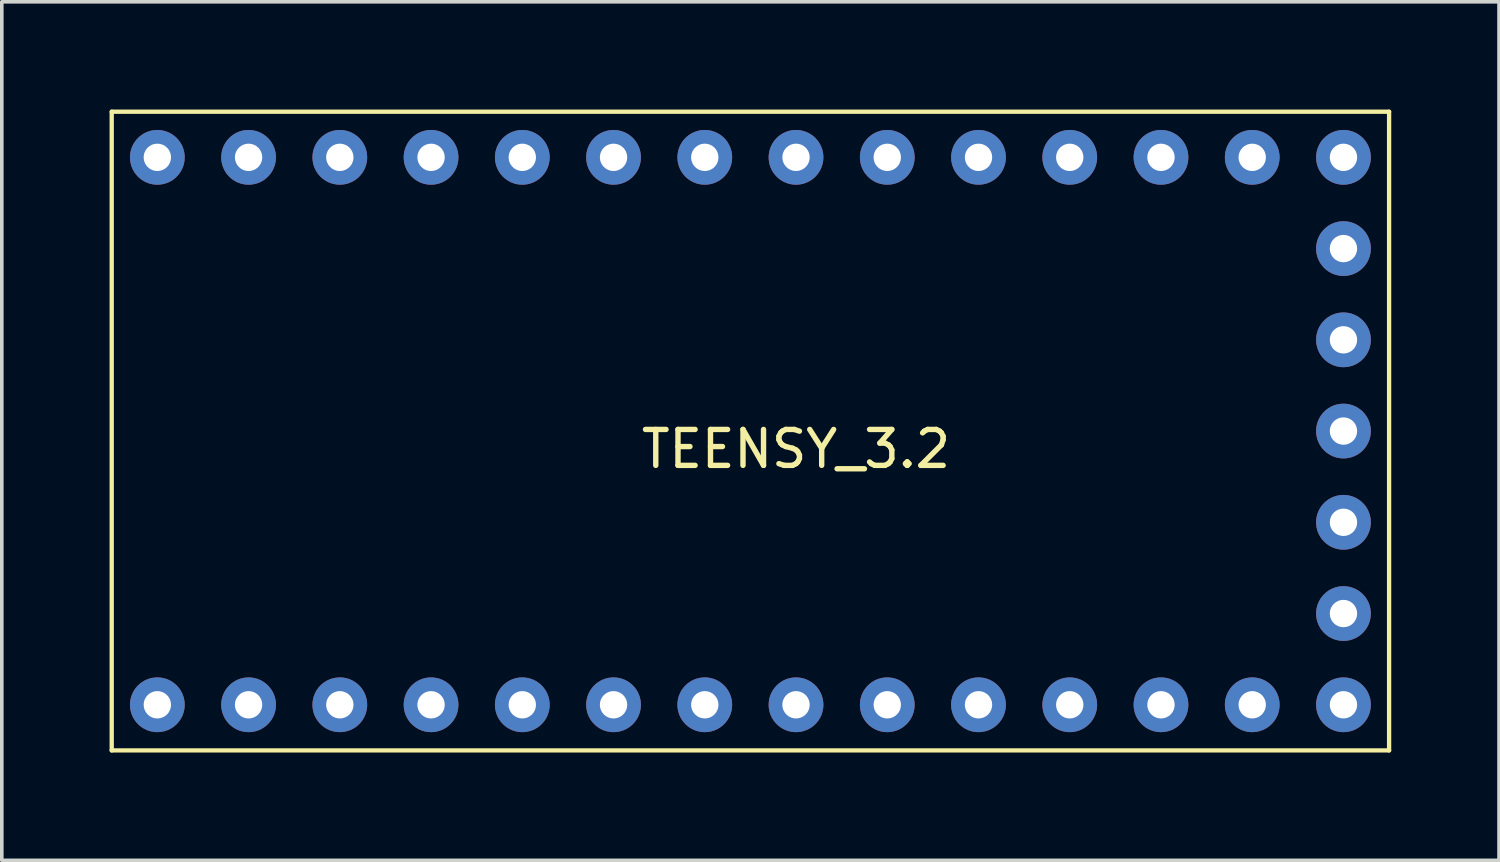
<source format=kicad_pcb>
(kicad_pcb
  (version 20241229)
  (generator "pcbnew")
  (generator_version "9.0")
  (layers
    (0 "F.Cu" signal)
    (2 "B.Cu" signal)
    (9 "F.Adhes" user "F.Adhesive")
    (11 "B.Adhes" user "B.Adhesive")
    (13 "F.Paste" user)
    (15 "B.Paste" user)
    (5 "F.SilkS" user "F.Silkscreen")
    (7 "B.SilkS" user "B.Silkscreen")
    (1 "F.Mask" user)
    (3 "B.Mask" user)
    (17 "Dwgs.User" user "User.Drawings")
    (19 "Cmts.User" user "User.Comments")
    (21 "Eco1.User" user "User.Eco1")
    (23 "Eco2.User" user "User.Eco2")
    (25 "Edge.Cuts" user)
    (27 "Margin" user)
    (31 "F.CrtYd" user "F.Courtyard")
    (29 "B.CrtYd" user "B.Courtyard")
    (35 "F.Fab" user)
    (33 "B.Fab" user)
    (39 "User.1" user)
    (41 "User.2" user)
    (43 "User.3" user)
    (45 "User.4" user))
  (footprint "TEENSY_3.2"
    (layer "F.Cu")
    (at 19.11 8.95)
    (property "Reference" "TEENSY_3.2" (at 0 0.5 0) (layer "F.SilkS") (effects (font (size 1 1) (thickness 0.15))))
    (attr through_hole)
    (fp_line (start -19.05 -8.89) (end 16.51 -8.89) (stroke (width 0.12) (type solid)) (layer "F.SilkS"))
    (fp_line (start -19.05 8.89) (end -19.05 -8.89) (stroke (width 0.12) (type solid)) (layer "F.SilkS"))
    (fp_line (start 16.51 -8.89) (end 16.51 8.89) (stroke (width 0.12) (type solid)) (layer "F.SilkS"))
    (fp_line (start 16.51 8.89) (end -19.05 8.89) (stroke (width 0.12) (type solid)) (layer "F.SilkS"))
    (pad "1" thru_hole circle (at -17.78 7.62) (size 1.524 1.524) (drill 0.762) (layers "*.Cu" "*.Mask"))
    (pad "2" thru_hole circle (at -15.24 7.62) (size 1.524 1.524) (drill 0.762) (layers "*.Cu" "*.Mask"))
    (pad "3" thru_hole circle (at -12.7 7.62) (size 1.524 1.524) (drill 0.762) (layers "*.Cu" "*.Mask"))
    (pad "4" thru_hole circle (at -10.16 7.62) (size 1.524 1.524) (drill 0.762) (layers "*.Cu" "*.Mask"))
    (pad "5" thru_hole circle (at -7.62 7.62) (size 1.524 1.524) (drill 0.762) (layers "*.Cu" "*.Mask"))
    (pad "6" thru_hole circle (at -5.08 7.62) (size 1.524 1.524) (drill 0.762) (layers "*.Cu" "*.Mask"))
    (pad "7" thru_hole circle (at -2.54 7.62) (size 1.524 1.524) (drill 0.762) (layers "*.Cu" "*.Mask"))
    (pad "8" thru_hole circle (at 0 7.62) (size 1.524 1.524) (drill 0.762) (layers "*.Cu" "*.Mask"))
    (pad "9" thru_hole circle (at 2.54 7.62) (size 1.524 1.524) (drill 0.762) (layers "*.Cu" "*.Mask"))
    (pad "10" thru_hole circle (at 5.08 7.62) (size 1.524 1.524) (drill 0.762) (layers "*.Cu" "*.Mask"))
    (pad "11" thru_hole circle (at 7.62 7.62) (size 1.524 1.524) (drill 0.762) (layers "*.Cu" "*.Mask"))
    (pad "12" thru_hole circle (at 10.16 7.62) (size 1.524 1.524) (drill 0.762) (layers "*.Cu" "*.Mask"))
    (pad "13" thru_hole circle (at 12.7 7.62) (size 1.524 1.524) (drill 0.762) (layers "*.Cu" "*.Mask"))
    (pad "14" thru_hole circle (at 15.24 7.62) (size 1.524 1.524) (drill 0.762) (layers "*.Cu" "*.Mask"))
    (pad "15" thru_hole circle (at 15.24 5.08) (size 1.524 1.524) (drill 0.762) (layers "*.Cu" "*.Mask"))
    (pad "16" thru_hole circle (at 15.24 2.54) (size 1.524 1.524) (drill 0.762) (layers "*.Cu" "*.Mask"))
    (pad "17" thru_hole circle (at 15.24 0) (size 1.524 1.524) (drill 0.762) (layers "*.Cu" "*.Mask"))
    (pad "18" thru_hole circle (at 15.24 -2.54) (size 1.524 1.524) (drill 0.762) (layers "*.Cu" "*.Mask"))
    (pad "19" thru_hole circle (at 15.24 -5.08) (size 1.524 1.524) (drill 0.762) (layers "*.Cu" "*.Mask"))
    (pad "20" thru_hole circle (at 15.24 -7.62) (size 1.524 1.524) (drill 0.762) (layers "*.Cu" "*.Mask"))
    (pad "21" thru_hole circle (at 12.7 -7.62) (size 1.524 1.524) (drill 0.762) (layers "*.Cu" "*.Mask"))
    (pad "22" thru_hole circle (at 10.16 -7.62) (size 1.524 1.524) (drill 0.762) (layers "*.Cu" "*.Mask"))
    (pad "23" thru_hole circle (at 7.62 -7.62) (size 1.524 1.524) (drill 0.762) (layers "*.Cu" "*.Mask"))
    (pad "24" thru_hole circle (at 5.08 -7.62) (size 1.524 1.524) (drill 0.762) (layers "*.Cu" "*.Mask"))
    (pad "25" thru_hole circle (at 2.54 -7.62) (size 1.524 1.524) (drill 0.762) (layers "*.Cu" "*.Mask"))
    (pad "26" thru_hole circle (at 0 -7.62) (size 1.524 1.524) (drill 0.762) (layers "*.Cu" "*.Mask"))
    (pad "27" thru_hole circle (at -2.54 -7.62) (size 1.524 1.524) (drill 0.762) (layers "*.Cu" "*.Mask"))
    (pad "28" thru_hole circle (at -5.08 -7.62) (size 1.524 1.524) (drill 0.762) (layers "*.Cu" "*.Mask"))
    (pad "29" thru_hole circle (at -7.62 -7.62) (size 1.524 1.524) (drill 0.762) (layers "*.Cu" "*.Mask"))
    (pad "30" thru_hole circle (at -10.16 -7.62) (size 1.524 1.524) (drill 0.762) (layers "*.Cu" "*.Mask"))
    (pad "31" thru_hole circle (at -12.7 -7.62) (size 1.524 1.524) (drill 0.762) (layers "*.Cu" "*.Mask"))
    (pad "32" thru_hole circle (at -15.24 -7.62) (size 1.524 1.524) (drill 0.762) (layers "*.Cu" "*.Mask"))
    (pad "33" thru_hole circle (at -17.78 -7.62) (size 1.524 1.524) (drill 0.762) (layers "*.Cu" "*.Mask")))
  (gr_rect
    (start -3 -3)
    (end 38.68 20.9)
    (stroke (width 0.1) (type default))
    (fill no)
    (layer "Edge.Cuts")))
</source>
